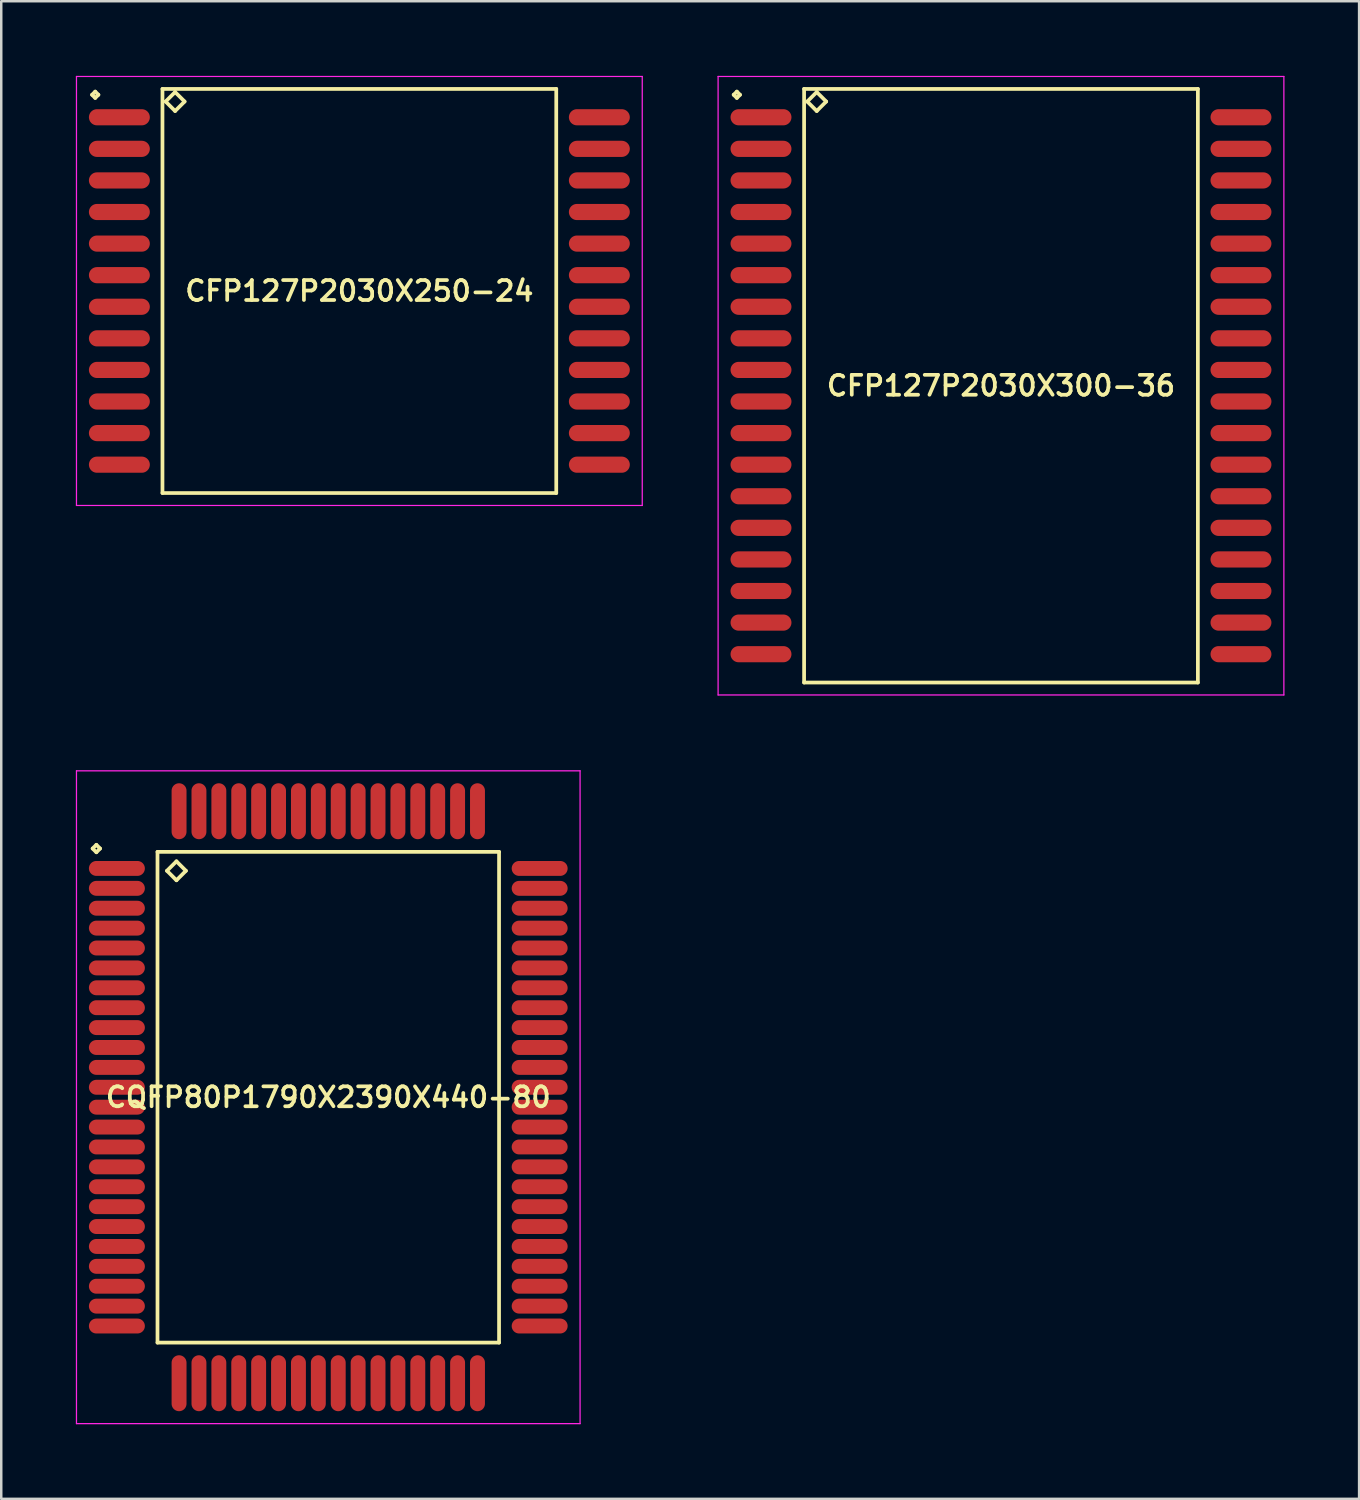
<source format=kicad_pcb>
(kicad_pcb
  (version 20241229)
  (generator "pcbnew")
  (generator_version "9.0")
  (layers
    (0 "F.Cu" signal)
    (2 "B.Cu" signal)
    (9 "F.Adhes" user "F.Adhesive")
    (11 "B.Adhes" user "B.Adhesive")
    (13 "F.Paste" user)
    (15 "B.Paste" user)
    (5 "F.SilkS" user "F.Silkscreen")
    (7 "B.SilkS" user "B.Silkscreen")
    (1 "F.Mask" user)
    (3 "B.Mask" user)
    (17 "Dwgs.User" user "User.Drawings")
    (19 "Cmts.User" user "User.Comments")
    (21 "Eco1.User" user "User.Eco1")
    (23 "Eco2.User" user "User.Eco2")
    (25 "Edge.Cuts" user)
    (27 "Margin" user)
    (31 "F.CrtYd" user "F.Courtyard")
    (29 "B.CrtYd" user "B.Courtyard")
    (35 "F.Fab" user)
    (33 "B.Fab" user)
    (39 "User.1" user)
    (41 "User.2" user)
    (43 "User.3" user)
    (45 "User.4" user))
  (footprint "CQFP80P1790X2390X440-80"
    (layer "F.Cu")
    (at 10.15 41.07)
    (property "Reference" "CQFP80P1790X2390X440-80" (at 0 0 0) (layer "F.SilkS") (effects (font (size 0.8 0.8) (thickness 0.15))))
    (attr smd)
    (fp_line (start -9.475 -10) (end -9.325 -10.15) (stroke (width 0.15) (type solid)) (layer "F.SilkS"))
    (fp_line (start -9.325 -10.15) (end -9.175 -10) (stroke (width 0.15) (type solid)) (layer "F.SilkS"))
    (fp_line (start -9.325 -9.85) (end -9.475 -10) (stroke (width 0.15) (type solid)) (layer "F.SilkS"))
    (fp_line (start -9.175 -10) (end -9.325 -9.85) (stroke (width 0.15) (type solid)) (layer "F.SilkS"))
    (fp_line (start -6.867 -9.867) (end -6.867 9.867) (stroke (width 0.15) (type solid)) (layer "F.SilkS"))
    (fp_line (start -6.867 9.867) (end 6.867 9.867) (stroke (width 0.15) (type solid)) (layer "F.SilkS"))
    (fp_line (start -6.486 -9.105) (end -6.105 -9.486) (stroke (width 0.15) (type solid)) (layer "F.SilkS"))
    (fp_line (start -6.105 -9.486) (end -5.724 -9.105) (stroke (width 0.15) (type solid)) (layer "F.SilkS"))
    (fp_line (start -6.105 -8.724) (end -6.486 -9.105) (stroke (width 0.15) (type solid)) (layer "F.SilkS"))
    (fp_line (start -5.724 -9.105) (end -6.105 -8.724) (stroke (width 0.15) (type solid)) (layer "F.SilkS"))
    (fp_line (start 6.867 -9.867) (end -6.867 -9.867) (stroke (width 0.15) (type solid)) (layer "F.SilkS"))
    (fp_line (start 6.867 9.867) (end 6.867 -9.867) (stroke (width 0.15) (type solid)) (layer "F.SilkS"))
    (fp_line (start -10.125 -13.125) (end 10.125 -13.125) (stroke (width 0.05) (type solid)) (layer "F.CrtYd"))
    (fp_line (start -10.125 13.125) (end -10.125 -13.125) (stroke (width 0.05) (type solid)) (layer "F.CrtYd"))
    (fp_line (start 10.125 -13.125) (end 10.125 13.125) (stroke (width 0.05) (type solid)) (layer "F.CrtYd"))
    (fp_line (start 10.125 13.125) (end -10.125 13.125) (stroke (width 0.05) (type solid)) (layer "F.CrtYd"))
    (pad "1" smd oval (at -8.5 -9.2) (size 2.25 0.6) (layers "F.Cu" "F.Mask" "F.Paste"))
    (pad "2" smd oval (at -8.5 -8.4) (size 2.25 0.6) (layers "F.Cu" "F.Mask" "F.Paste"))
    (pad "3" smd oval (at -8.5 -7.6) (size 2.25 0.6) (layers "F.Cu" "F.Mask" "F.Paste"))
    (pad "4" smd oval (at -8.5 -6.8) (size 2.25 0.6) (layers "F.Cu" "F.Mask" "F.Paste"))
    (pad "5" smd oval (at -8.5 -6) (size 2.25 0.6) (layers "F.Cu" "F.Mask" "F.Paste"))
    (pad "6" smd oval (at -8.5 -5.2) (size 2.25 0.6) (layers "F.Cu" "F.Mask" "F.Paste"))
    (pad "7" smd oval (at -8.5 -4.4) (size 2.25 0.6) (layers "F.Cu" "F.Mask" "F.Paste"))
    (pad "8" smd oval (at -8.5 -3.6) (size 2.25 0.6) (layers "F.Cu" "F.Mask" "F.Paste"))
    (pad "9" smd oval (at -8.5 -2.8) (size 2.25 0.6) (layers "F.Cu" "F.Mask" "F.Paste"))
    (pad "10" smd oval (at -8.5 -2) (size 2.25 0.6) (layers "F.Cu" "F.Mask" "F.Paste"))
    (pad "11" smd oval (at -8.5 -1.2) (size 2.25 0.6) (layers "F.Cu" "F.Mask" "F.Paste"))
    (pad "12" smd oval (at -8.5 -0.4) (size 2.25 0.6) (layers "F.Cu" "F.Mask" "F.Paste"))
    (pad "13" smd oval (at -8.5 0.4) (size 2.25 0.6) (layers "F.Cu" "F.Mask" "F.Paste"))
    (pad "14" smd oval (at -8.5 1.2) (size 2.25 0.6) (layers "F.Cu" "F.Mask" "F.Paste"))
    (pad "15" smd oval (at -8.5 2) (size 2.25 0.6) (layers "F.Cu" "F.Mask" "F.Paste"))
    (pad "16" smd oval (at -8.5 2.8) (size 2.25 0.6) (layers "F.Cu" "F.Mask" "F.Paste"))
    (pad "17" smd oval (at -8.5 3.6) (size 2.25 0.6) (layers "F.Cu" "F.Mask" "F.Paste"))
    (pad "18" smd oval (at -8.5 4.4) (size 2.25 0.6) (layers "F.Cu" "F.Mask" "F.Paste"))
    (pad "19" smd oval (at -8.5 5.2) (size 2.25 0.6) (layers "F.Cu" "F.Mask" "F.Paste"))
    (pad "20" smd oval (at -8.5 6) (size 2.25 0.6) (layers "F.Cu" "F.Mask" "F.Paste"))
    (pad "21" smd oval (at -8.5 6.8) (size 2.25 0.6) (layers "F.Cu" "F.Mask" "F.Paste"))
    (pad "22" smd oval (at -8.5 7.6) (size 2.25 0.6) (layers "F.Cu" "F.Mask" "F.Paste"))
    (pad "23" smd oval (at -8.5 8.4) (size 2.25 0.6) (layers "F.Cu" "F.Mask" "F.Paste"))
    (pad "24" smd oval (at -8.5 9.2) (size 2.25 0.6) (layers "F.Cu" "F.Mask" "F.Paste"))
    (pad "25" smd oval (at -6 11.5) (size 0.6 2.25) (layers "F.Cu" "F.Mask" "F.Paste"))
    (pad "26" smd oval (at -5.2 11.5) (size 0.6 2.25) (layers "F.Cu" "F.Mask" "F.Paste"))
    (pad "27" smd oval (at -4.4 11.5) (size 0.6 2.25) (layers "F.Cu" "F.Mask" "F.Paste"))
    (pad "28" smd oval (at -3.6 11.5) (size 0.6 2.25) (layers "F.Cu" "F.Mask" "F.Paste"))
    (pad "29" smd oval (at -2.8 11.5) (size 0.6 2.25) (layers "F.Cu" "F.Mask" "F.Paste"))
    (pad "30" smd oval (at -2 11.5) (size 0.6 2.25) (layers "F.Cu" "F.Mask" "F.Paste"))
    (pad "31" smd oval (at -1.2 11.5) (size 0.6 2.25) (layers "F.Cu" "F.Mask" "F.Paste"))
    (pad "32" smd oval (at -0.4 11.5) (size 0.6 2.25) (layers "F.Cu" "F.Mask" "F.Paste"))
    (pad "33" smd oval (at 0.4 11.5) (size 0.6 2.25) (layers "F.Cu" "F.Mask" "F.Paste"))
    (pad "34" smd oval (at 1.2 11.5) (size 0.6 2.25) (layers "F.Cu" "F.Mask" "F.Paste"))
    (pad "35" smd oval (at 2 11.5) (size 0.6 2.25) (layers "F.Cu" "F.Mask" "F.Paste"))
    (pad "36" smd oval (at 2.8 11.5) (size 0.6 2.25) (layers "F.Cu" "F.Mask" "F.Paste"))
    (pad "37" smd oval (at 3.6 11.5) (size 0.6 2.25) (layers "F.Cu" "F.Mask" "F.Paste"))
    (pad "38" smd oval (at 4.4 11.5) (size 0.6 2.25) (layers "F.Cu" "F.Mask" "F.Paste"))
    (pad "39" smd oval (at 5.2 11.5) (size 0.6 2.25) (layers "F.Cu" "F.Mask" "F.Paste"))
    (pad "40" smd oval (at 6 11.5) (size 0.6 2.25) (layers "F.Cu" "F.Mask" "F.Paste"))
    (pad "41" smd oval (at 8.5 9.2) (size 2.25 0.6) (layers "F.Cu" "F.Mask" "F.Paste"))
    (pad "42" smd oval (at 8.5 8.4) (size 2.25 0.6) (layers "F.Cu" "F.Mask" "F.Paste"))
    (pad "43" smd oval (at 8.5 7.6) (size 2.25 0.6) (layers "F.Cu" "F.Mask" "F.Paste"))
    (pad "44" smd oval (at 8.5 6.8) (size 2.25 0.6) (layers "F.Cu" "F.Mask" "F.Paste"))
    (pad "45" smd oval (at 8.5 6) (size 2.25 0.6) (layers "F.Cu" "F.Mask" "F.Paste"))
    (pad "46" smd oval (at 8.5 5.2) (size 2.25 0.6) (layers "F.Cu" "F.Mask" "F.Paste"))
    (pad "47" smd oval (at 8.5 4.4) (size 2.25 0.6) (layers "F.Cu" "F.Mask" "F.Paste"))
    (pad "48" smd oval (at 8.5 3.6) (size 2.25 0.6) (layers "F.Cu" "F.Mask" "F.Paste"))
    (pad "49" smd oval (at 8.5 2.8) (size 2.25 0.6) (layers "F.Cu" "F.Mask" "F.Paste"))
    (pad "50" smd oval (at 8.5 2) (size 2.25 0.6) (layers "F.Cu" "F.Mask" "F.Paste"))
    (pad "51" smd oval (at 8.5 1.2) (size 2.25 0.6) (layers "F.Cu" "F.Mask" "F.Paste"))
    (pad "52" smd oval (at 8.5 0.4) (size 2.25 0.6) (layers "F.Cu" "F.Mask" "F.Paste"))
    (pad "53" smd oval (at 8.5 -0.4) (size 2.25 0.6) (layers "F.Cu" "F.Mask" "F.Paste"))
    (pad "54" smd oval (at 8.5 -1.2) (size 2.25 0.6) (layers "F.Cu" "F.Mask" "F.Paste"))
    (pad "55" smd oval (at 8.5 -2) (size 2.25 0.6) (layers "F.Cu" "F.Mask" "F.Paste"))
    (pad "56" smd oval (at 8.5 -2.8) (size 2.25 0.6) (layers "F.Cu" "F.Mask" "F.Paste"))
    (pad "57" smd oval (at 8.5 -3.6) (size 2.25 0.6) (layers "F.Cu" "F.Mask" "F.Paste"))
    (pad "58" smd oval (at 8.5 -4.4) (size 2.25 0.6) (layers "F.Cu" "F.Mask" "F.Paste"))
    (pad "59" smd oval (at 8.5 -5.2) (size 2.25 0.6) (layers "F.Cu" "F.Mask" "F.Paste"))
    (pad "60" smd oval (at 8.5 -6) (size 2.25 0.6) (layers "F.Cu" "F.Mask" "F.Paste"))
    (pad "61" smd oval (at 8.5 -6.8) (size 2.25 0.6) (layers "F.Cu" "F.Mask" "F.Paste"))
    (pad "62" smd oval (at 8.5 -7.6) (size 2.25 0.6) (layers "F.Cu" "F.Mask" "F.Paste"))
    (pad "63" smd oval (at 8.5 -8.4) (size 2.25 0.6) (layers "F.Cu" "F.Mask" "F.Paste"))
    (pad "64" smd oval (at 8.5 -9.2) (size 2.25 0.6) (layers "F.Cu" "F.Mask" "F.Paste"))
    (pad "65" smd oval (at 6 -11.5) (size 0.6 2.25) (layers "F.Cu" "F.Mask" "F.Paste"))
    (pad "66" smd oval (at 5.2 -11.5) (size 0.6 2.25) (layers "F.Cu" "F.Mask" "F.Paste"))
    (pad "67" smd oval (at 4.4 -11.5) (size 0.6 2.25) (layers "F.Cu" "F.Mask" "F.Paste"))
    (pad "68" smd oval (at 3.6 -11.5) (size 0.6 2.25) (layers "F.Cu" "F.Mask" "F.Paste"))
    (pad "69" smd oval (at 2.8 -11.5) (size 0.6 2.25) (layers "F.Cu" "F.Mask" "F.Paste"))
    (pad "70" smd oval (at 2 -11.5) (size 0.6 2.25) (layers "F.Cu" "F.Mask" "F.Paste"))
    (pad "71" smd oval (at 1.2 -11.5) (size 0.6 2.25) (layers "F.Cu" "F.Mask" "F.Paste"))
    (pad "72" smd oval (at 0.4 -11.5) (size 0.6 2.25) (layers "F.Cu" "F.Mask" "F.Paste"))
    (pad "73" smd oval (at -0.4 -11.5) (size 0.6 2.25) (layers "F.Cu" "F.Mask" "F.Paste"))
    (pad "74" smd oval (at -1.2 -11.5) (size 0.6 2.25) (layers "F.Cu" "F.Mask" "F.Paste"))
    (pad "75" smd oval (at -2 -11.5) (size 0.6 2.25) (layers "F.Cu" "F.Mask" "F.Paste"))
    (pad "76" smd oval (at -2.8 -11.5) (size 0.6 2.25) (layers "F.Cu" "F.Mask" "F.Paste"))
    (pad "77" smd oval (at -3.6 -11.5) (size 0.6 2.25) (layers "F.Cu" "F.Mask" "F.Paste"))
    (pad "78" smd oval (at -4.4 -11.5) (size 0.6 2.25) (layers "F.Cu" "F.Mask" "F.Paste"))
    (pad "79" smd oval (at -5.2 -11.5) (size 0.6 2.25) (layers "F.Cu" "F.Mask" "F.Paste"))
    (pad "80" smd oval (at -6 -11.5) (size 0.6 2.25) (layers "F.Cu" "F.Mask" "F.Paste")))
  (footprint "CFP127P2030X250-24"
    (layer "F.Cu")
    (at 11.4 8.65)
    (property "Reference" "CFP127P2030X250-24" (at 0 0 0) (layer "F.SilkS") (effects (font (size 0.8 0.8) (thickness 0.15))))
    (attr smd)
    (fp_line (start -10.748 -7.889) (end -10.621 -8.016) (stroke (width 0.15) (type solid)) (layer "F.SilkS"))
    (fp_line (start -10.621 -8.016) (end -10.494 -7.889) (stroke (width 0.15) (type solid)) (layer "F.SilkS"))
    (fp_line (start -10.621 -7.762) (end -10.748 -7.889) (stroke (width 0.15) (type solid)) (layer "F.SilkS"))
    (fp_line (start -10.494 -7.889) (end -10.621 -7.762) (stroke (width 0.15) (type solid)) (layer "F.SilkS"))
    (fp_line (start -7.917 -8.125) (end -7.917 8.125) (stroke (width 0.15) (type solid)) (layer "F.SilkS"))
    (fp_line (start -7.917 8.125) (end 7.917 8.125) (stroke (width 0.15) (type solid)) (layer "F.SilkS"))
    (fp_line (start -7.79 -7.617) (end -7.409 -7.998) (stroke (width 0.15) (type solid)) (layer "F.SilkS"))
    (fp_line (start -7.409 -7.998) (end -7.028 -7.617) (stroke (width 0.15) (type solid)) (layer "F.SilkS"))
    (fp_line (start -7.409 -7.236) (end -7.79 -7.617) (stroke (width 0.15) (type solid)) (layer "F.SilkS"))
    (fp_line (start -7.028 -7.617) (end -7.409 -7.236) (stroke (width 0.15) (type solid)) (layer "F.SilkS"))
    (fp_line (start 7.917 -8.125) (end -7.917 -8.125) (stroke (width 0.15) (type solid)) (layer "F.SilkS"))
    (fp_line (start 7.917 8.125) (end 7.917 -8.125) (stroke (width 0.15) (type solid)) (layer "F.SilkS"))
    (fp_line (start -11.375 -8.625) (end 11.375 -8.625) (stroke (width 0.05) (type solid)) (layer "F.CrtYd"))
    (fp_line (start -11.375 8.625) (end -11.375 -8.625) (stroke (width 0.05) (type solid)) (layer "F.CrtYd"))
    (fp_line (start 11.375 -8.625) (end 11.375 8.625) (stroke (width 0.05) (type solid)) (layer "F.CrtYd"))
    (fp_line (start 11.375 8.625) (end -11.375 8.625) (stroke (width 0.05) (type solid)) (layer "F.CrtYd"))
    (pad "1" smd oval (at -9.65 -6.985) (size 2.45 0.65) (layers "F.Cu" "F.Mask" "F.Paste"))
    (pad "2" smd oval (at -9.65 -5.715) (size 2.45 0.65) (layers "F.Cu" "F.Mask" "F.Paste"))
    (pad "3" smd oval (at -9.65 -4.445) (size 2.45 0.65) (layers "F.Cu" "F.Mask" "F.Paste"))
    (pad "4" smd oval (at -9.65 -3.175) (size 2.45 0.65) (layers "F.Cu" "F.Mask" "F.Paste"))
    (pad "5" smd oval (at -9.65 -1.905) (size 2.45 0.65) (layers "F.Cu" "F.Mask" "F.Paste"))
    (pad "6" smd oval (at -9.65 -0.635) (size 2.45 0.65) (layers "F.Cu" "F.Mask" "F.Paste"))
    (pad "7" smd oval (at -9.65 0.635) (size 2.45 0.65) (layers "F.Cu" "F.Mask" "F.Paste"))
    (pad "8" smd oval (at -9.65 1.905) (size 2.45 0.65) (layers "F.Cu" "F.Mask" "F.Paste"))
    (pad "9" smd oval (at -9.65 3.175) (size 2.45 0.65) (layers "F.Cu" "F.Mask" "F.Paste"))
    (pad "10" smd oval (at -9.65 4.445) (size 2.45 0.65) (layers "F.Cu" "F.Mask" "F.Paste"))
    (pad "11" smd oval (at -9.65 5.715) (size 2.45 0.65) (layers "F.Cu" "F.Mask" "F.Paste"))
    (pad "12" smd oval (at -9.65 6.985) (size 2.45 0.65) (layers "F.Cu" "F.Mask" "F.Paste"))
    (pad "13" smd oval (at 9.65 6.985) (size 2.45 0.65) (layers "F.Cu" "F.Mask" "F.Paste"))
    (pad "14" smd oval (at 9.65 5.715) (size 2.45 0.65) (layers "F.Cu" "F.Mask" "F.Paste"))
    (pad "15" smd oval (at 9.65 4.445) (size 2.45 0.65) (layers "F.Cu" "F.Mask" "F.Paste"))
    (pad "16" smd oval (at 9.65 3.175) (size 2.45 0.65) (layers "F.Cu" "F.Mask" "F.Paste"))
    (pad "17" smd oval (at 9.65 1.905) (size 2.45 0.65) (layers "F.Cu" "F.Mask" "F.Paste"))
    (pad "18" smd oval (at 9.65 0.635) (size 2.45 0.65) (layers "F.Cu" "F.Mask" "F.Paste"))
    (pad "19" smd oval (at 9.65 -0.635) (size 2.45 0.65) (layers "F.Cu" "F.Mask" "F.Paste"))
    (pad "20" smd oval (at 9.65 -1.905) (size 2.45 0.65) (layers "F.Cu" "F.Mask" "F.Paste"))
    (pad "21" smd oval (at 9.65 -3.175) (size 2.45 0.65) (layers "F.Cu" "F.Mask" "F.Paste"))
    (pad "22" smd oval (at 9.65 -4.445) (size 2.45 0.65) (layers "F.Cu" "F.Mask" "F.Paste"))
    (pad "23" smd oval (at 9.65 -5.715) (size 2.45 0.65) (layers "F.Cu" "F.Mask" "F.Paste"))
    (pad "24" smd oval (at 9.65 -6.985) (size 2.45 0.65) (layers "F.Cu" "F.Mask" "F.Paste")))
  (footprint "CFP127P2030X300-36"
    (layer "F.Cu")
    (at 37.2 12.46)
    (property "Reference" "CFP127P2030X300-36" (at 0 0 0) (layer "F.SilkS") (effects (font (size 0.8 0.8) (thickness 0.15))))
    (attr smd)
    (fp_line (start -10.748 -11.699) (end -10.621 -11.826) (stroke (width 0.15) (type solid)) (layer "F.SilkS"))
    (fp_line (start -10.621 -11.826) (end -10.494 -11.699) (stroke (width 0.15) (type solid)) (layer "F.SilkS"))
    (fp_line (start -10.621 -11.572) (end -10.748 -11.699) (stroke (width 0.15) (type solid)) (layer "F.SilkS"))
    (fp_line (start -10.494 -11.699) (end -10.621 -11.572) (stroke (width 0.15) (type solid)) (layer "F.SilkS"))
    (fp_line (start -7.917 -11.935) (end -7.917 11.935) (stroke (width 0.15) (type solid)) (layer "F.SilkS"))
    (fp_line (start -7.917 11.935) (end 7.917 11.935) (stroke (width 0.15) (type solid)) (layer "F.SilkS"))
    (fp_line (start -7.79 -11.427) (end -7.409 -11.808) (stroke (width 0.15) (type solid)) (layer "F.SilkS"))
    (fp_line (start -7.409 -11.808) (end -7.028 -11.427) (stroke (width 0.15) (type solid)) (layer "F.SilkS"))
    (fp_line (start -7.409 -11.046) (end -7.79 -11.427) (stroke (width 0.15) (type solid)) (layer "F.SilkS"))
    (fp_line (start -7.028 -11.427) (end -7.409 -11.046) (stroke (width 0.15) (type solid)) (layer "F.SilkS"))
    (fp_line (start 7.917 -11.935) (end -7.917 -11.935) (stroke (width 0.15) (type solid)) (layer "F.SilkS"))
    (fp_line (start 7.917 11.935) (end 7.917 -11.935) (stroke (width 0.15) (type solid)) (layer "F.SilkS"))
    (fp_line (start -11.375 -12.435) (end 11.375 -12.435) (stroke (width 0.05) (type solid)) (layer "F.CrtYd"))
    (fp_line (start -11.375 12.435) (end -11.375 -12.435) (stroke (width 0.05) (type solid)) (layer "F.CrtYd"))
    (fp_line (start 11.375 -12.435) (end 11.375 12.435) (stroke (width 0.05) (type solid)) (layer "F.CrtYd"))
    (fp_line (start 11.375 12.435) (end -11.375 12.435) (stroke (width 0.05) (type solid)) (layer "F.CrtYd"))
    (pad "1" smd oval (at -9.65 -10.795) (size 2.45 0.65) (layers "F.Cu" "F.Mask" "F.Paste"))
    (pad "2" smd oval (at -9.65 -9.525) (size 2.45 0.65) (layers "F.Cu" "F.Mask" "F.Paste"))
    (pad "3" smd oval (at -9.65 -8.255) (size 2.45 0.65) (layers "F.Cu" "F.Mask" "F.Paste"))
    (pad "4" smd oval (at -9.65 -6.985) (size 2.45 0.65) (layers "F.Cu" "F.Mask" "F.Paste"))
    (pad "5" smd oval (at -9.65 -5.715) (size 2.45 0.65) (layers "F.Cu" "F.Mask" "F.Paste"))
    (pad "6" smd oval (at -9.65 -4.445) (size 2.45 0.65) (layers "F.Cu" "F.Mask" "F.Paste"))
    (pad "7" smd oval (at -9.65 -3.175) (size 2.45 0.65) (layers "F.Cu" "F.Mask" "F.Paste"))
    (pad "8" smd oval (at -9.65 -1.905) (size 2.45 0.65) (layers "F.Cu" "F.Mask" "F.Paste"))
    (pad "9" smd oval (at -9.65 -0.635) (size 2.45 0.65) (layers "F.Cu" "F.Mask" "F.Paste"))
    (pad "10" smd oval (at -9.65 0.635) (size 2.45 0.65) (layers "F.Cu" "F.Mask" "F.Paste"))
    (pad "11" smd oval (at -9.65 1.905) (size 2.45 0.65) (layers "F.Cu" "F.Mask" "F.Paste"))
    (pad "12" smd oval (at -9.65 3.175) (size 2.45 0.65) (layers "F.Cu" "F.Mask" "F.Paste"))
    (pad "13" smd oval (at -9.65 4.445) (size 2.45 0.65) (layers "F.Cu" "F.Mask" "F.Paste"))
    (pad "14" smd oval (at -9.65 5.715) (size 2.45 0.65) (layers "F.Cu" "F.Mask" "F.Paste"))
    (pad "15" smd oval (at -9.65 6.985) (size 2.45 0.65) (layers "F.Cu" "F.Mask" "F.Paste"))
    (pad "16" smd oval (at -9.65 8.255) (size 2.45 0.65) (layers "F.Cu" "F.Mask" "F.Paste"))
    (pad "17" smd oval (at -9.65 9.525) (size 2.45 0.65) (layers "F.Cu" "F.Mask" "F.Paste"))
    (pad "18" smd oval (at -9.65 10.795) (size 2.45 0.65) (layers "F.Cu" "F.Mask" "F.Paste"))
    (pad "19" smd oval (at 9.65 10.795) (size 2.45 0.65) (layers "F.Cu" "F.Mask" "F.Paste"))
    (pad "20" smd oval (at 9.65 9.525) (size 2.45 0.65) (layers "F.Cu" "F.Mask" "F.Paste"))
    (pad "21" smd oval (at 9.65 8.255) (size 2.45 0.65) (layers "F.Cu" "F.Mask" "F.Paste"))
    (pad "22" smd oval (at 9.65 6.985) (size 2.45 0.65) (layers "F.Cu" "F.Mask" "F.Paste"))
    (pad "23" smd oval (at 9.65 5.715) (size 2.45 0.65) (layers "F.Cu" "F.Mask" "F.Paste"))
    (pad "24" smd oval (at 9.65 4.445) (size 2.45 0.65) (layers "F.Cu" "F.Mask" "F.Paste"))
    (pad "25" smd oval (at 9.65 3.175) (size 2.45 0.65) (layers "F.Cu" "F.Mask" "F.Paste"))
    (pad "26" smd oval (at 9.65 1.905) (size 2.45 0.65) (layers "F.Cu" "F.Mask" "F.Paste"))
    (pad "27" smd oval (at 9.65 0.635) (size 2.45 0.65) (layers "F.Cu" "F.Mask" "F.Paste"))
    (pad "28" smd oval (at 9.65 -0.635) (size 2.45 0.65) (layers "F.Cu" "F.Mask" "F.Paste"))
    (pad "29" smd oval (at 9.65 -1.905) (size 2.45 0.65) (layers "F.Cu" "F.Mask" "F.Paste"))
    (pad "30" smd oval (at 9.65 -3.175) (size 2.45 0.65) (layers "F.Cu" "F.Mask" "F.Paste"))
    (pad "31" smd oval (at 9.65 -4.445) (size 2.45 0.65) (layers "F.Cu" "F.Mask" "F.Paste"))
    (pad "32" smd oval (at 9.65 -5.715) (size 2.45 0.65) (layers "F.Cu" "F.Mask" "F.Paste"))
    (pad "33" smd oval (at 9.65 -6.985) (size 2.45 0.65) (layers "F.Cu" "F.Mask" "F.Paste"))
    (pad "34" smd oval (at 9.65 -8.255) (size 2.45 0.65) (layers "F.Cu" "F.Mask" "F.Paste"))
    (pad "35" smd oval (at 9.65 -9.525) (size 2.45 0.65) (layers "F.Cu" "F.Mask" "F.Paste"))
    (pad "36" smd oval (at 9.65 -10.795) (size 2.45 0.65) (layers "F.Cu" "F.Mask" "F.Paste")))
  (gr_rect
    (start -3 -3)
    (end 51.6 57.22)
    (stroke (width 0.1) (type default))
    (fill no)
    (layer "Edge.Cuts")))
</source>
